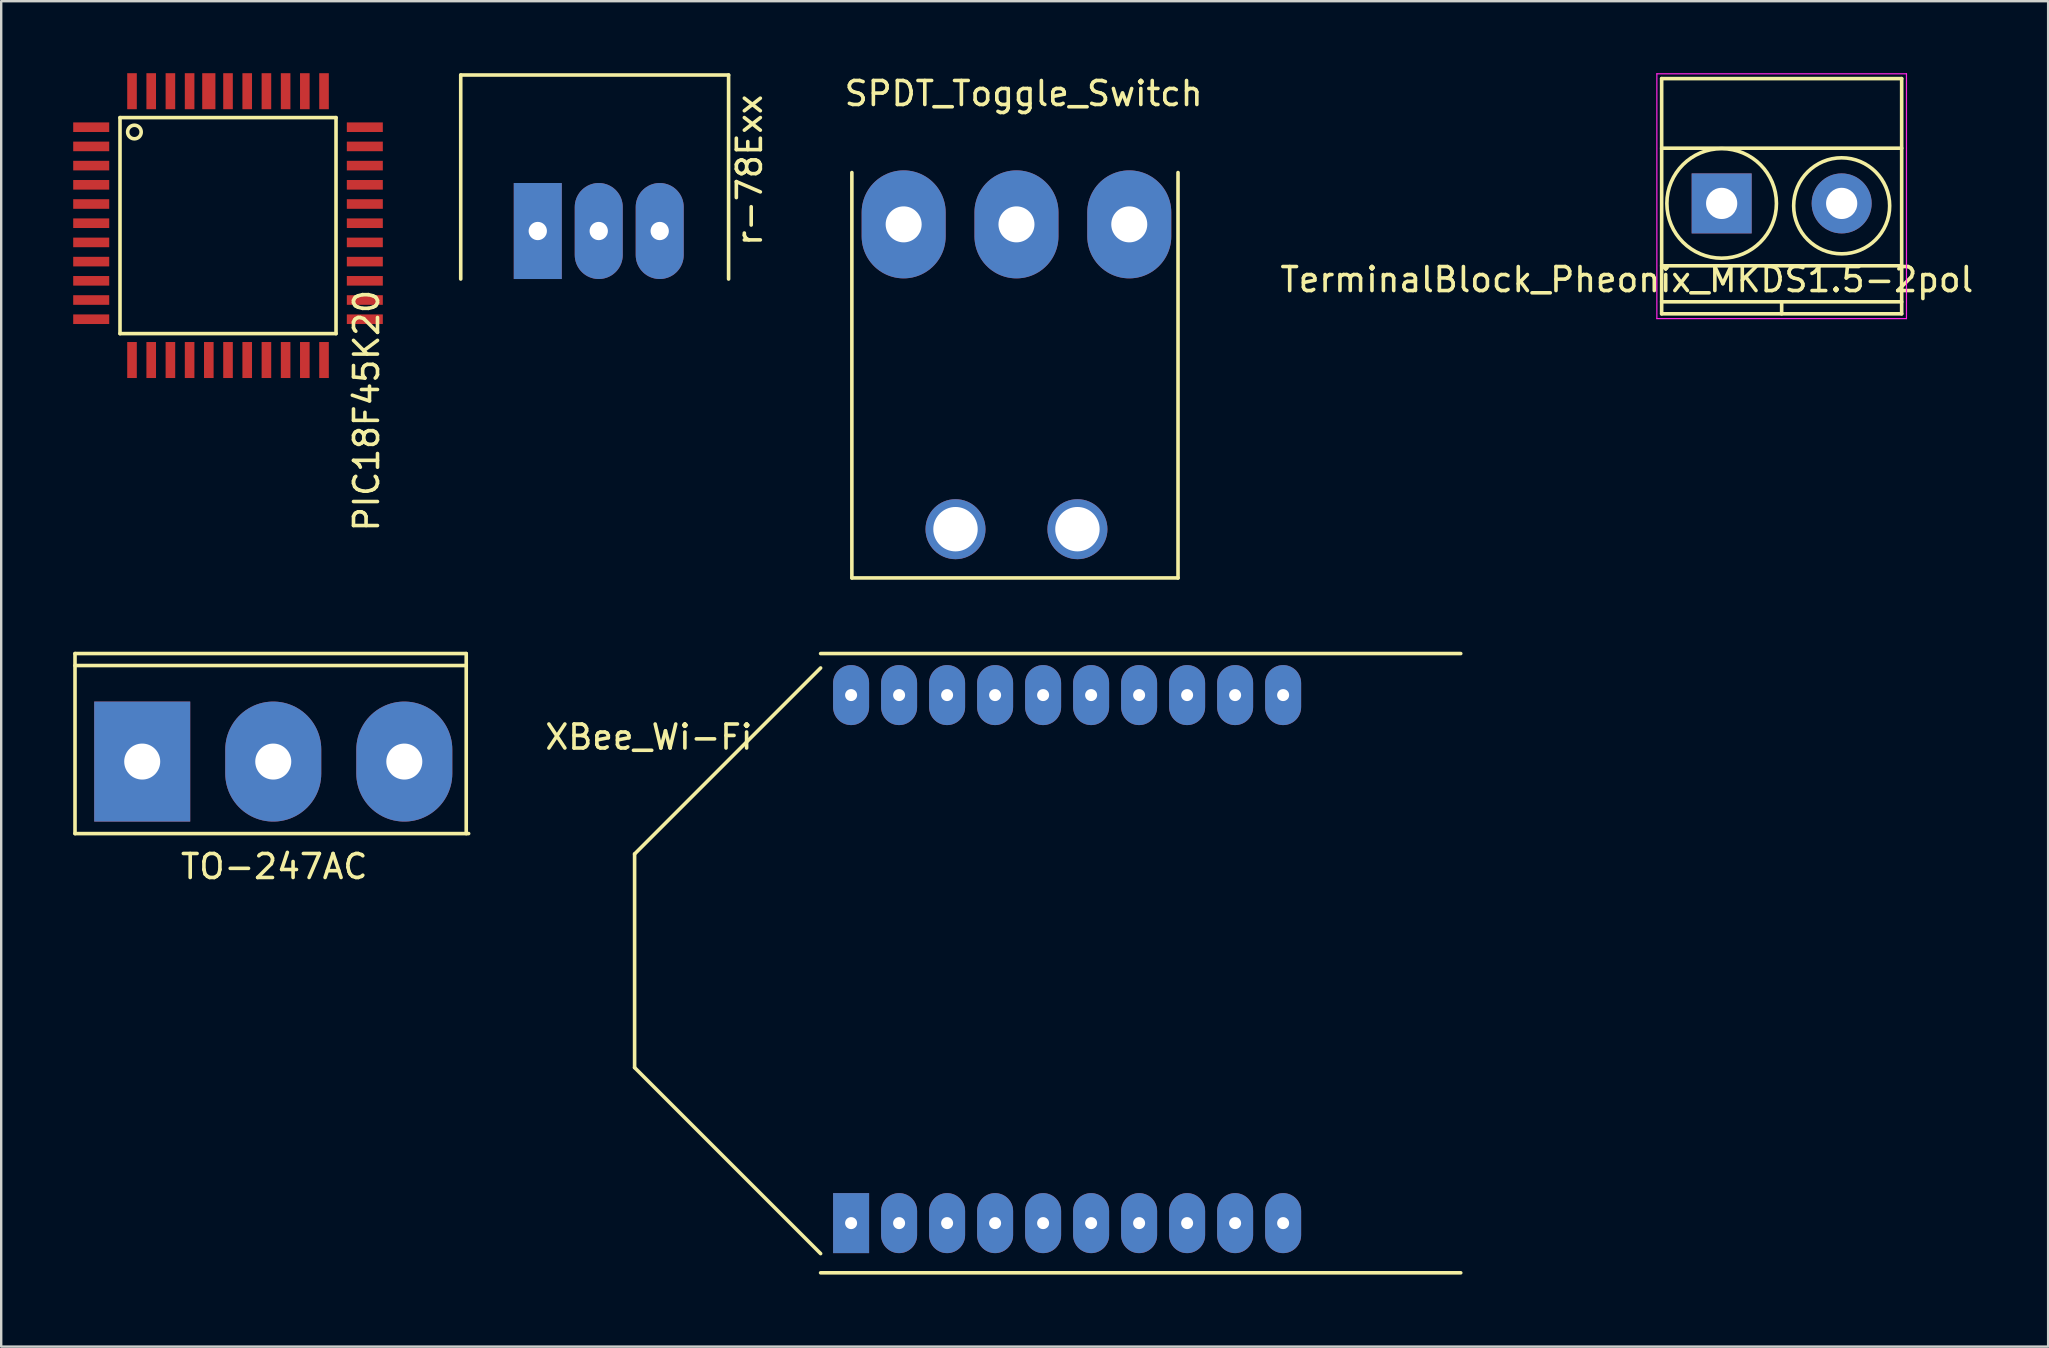
<source format=kicad_pcb>
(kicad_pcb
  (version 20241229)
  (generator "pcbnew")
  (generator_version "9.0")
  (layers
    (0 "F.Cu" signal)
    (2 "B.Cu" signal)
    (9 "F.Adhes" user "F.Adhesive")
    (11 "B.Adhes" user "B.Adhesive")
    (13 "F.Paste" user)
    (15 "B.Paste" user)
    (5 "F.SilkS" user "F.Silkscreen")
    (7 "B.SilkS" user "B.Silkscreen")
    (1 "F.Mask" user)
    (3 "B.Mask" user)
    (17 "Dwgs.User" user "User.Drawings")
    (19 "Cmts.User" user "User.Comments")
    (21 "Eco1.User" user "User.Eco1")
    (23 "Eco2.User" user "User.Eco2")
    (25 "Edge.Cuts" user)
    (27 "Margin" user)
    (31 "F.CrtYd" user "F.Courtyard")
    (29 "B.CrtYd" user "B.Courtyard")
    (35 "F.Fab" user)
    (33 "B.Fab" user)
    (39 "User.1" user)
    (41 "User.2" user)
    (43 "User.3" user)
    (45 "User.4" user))
  (footprint "TerminalBlock_Pheonix_MKDS1.5-2pol"
    (layer "F.Cu")
    (at 68.681 5.425)
    (property "Reference" "TerminalBlock_Pheonix_MKDS1.5-2pol" (at -3.95 3.175 0) (layer "F.SilkS") (effects (font (size 1 1) (thickness 0.15))))
    (attr through_hole)
    (fp_line (start -2.5 -5.2) (end -2.5 4.6) (stroke (width 0.15) (type solid)) (layer "F.SilkS"))
    (fp_line (start -2.5 -2.3) (end 7.5 -2.3) (stroke (width 0.15) (type solid)) (layer "F.SilkS"))
    (fp_line (start -2.5 2.6) (end 7.5 2.6) (stroke (width 0.15) (type solid)) (layer "F.SilkS"))
    (fp_line (start -2.5 4.1) (end 7.5 4.1) (stroke (width 0.15) (type solid)) (layer "F.SilkS"))
    (fp_line (start -2.5 4.6) (end 7.5 4.6) (stroke (width 0.15) (type solid)) (layer "F.SilkS"))
    (fp_line (start 2.5 4.1) (end 2.5 4.6) (stroke (width 0.15) (type solid)) (layer "F.SilkS"))
    (fp_line (start 7.5 -5.2) (end -2.5 -5.2) (stroke (width 0.15) (type solid)) (layer "F.SilkS"))
    (fp_line (start 7.5 4.6) (end 7.5 -5.2) (stroke (width 0.15) (type solid)) (layer "F.SilkS"))
    (fp_circle (center 0 0) (end 2 -1.1) (stroke (width 0.15) (type solid)) (fill no) (layer "F.SilkS"))
    (fp_circle (center 5 0.1) (end 3 0.1) (stroke (width 0.15) (type solid)) (fill no) (layer "F.SilkS"))
    (fp_line (start -2.7 -5.4) (end 7.7 -5.4) (stroke (width 0.05) (type solid)) (layer "F.CrtYd"))
    (fp_line (start -2.7 4.8) (end -2.7 -5.4) (stroke (width 0.05) (type solid)) (layer "F.CrtYd"))
    (fp_line (start 7.7 -5.4) (end 7.7 4.8) (stroke (width 0.05) (type solid)) (layer "F.CrtYd"))
    (fp_line (start 7.7 4.8) (end -2.7 4.8) (stroke (width 0.05) (type solid)) (layer "F.CrtYd"))
    (pad "1" thru_hole rect (at 0 0) (size 2.5 2.5) (drill 1.3) (layers "*.Cu" "*.Mask"))
    (pad "2" thru_hole circle (at 5 0) (size 2.5 2.5) (drill 1.3) (layers "*.Cu" "*.Mask")))
  (footprint "XBee_Wi-Fi"
    (layer "F.Cu")
    (at 32.41 47.91)
    (property "Reference" "XBee_Wi-Fi" (at -8.425 -20.25 0) (layer "F.SilkS") (effects (font (size 1 1) (thickness 0.15))))
    (attr through_hole)
    (fp_line (start -9.02 -6.48) (end -9.02 -15.38) (stroke (width 0.15) (type solid)) (layer "F.SilkS"))
    (fp_line (start -1.27 -23.13) (end -9.02 -15.38) (stroke (width 0.15) (type solid)) (layer "F.SilkS"))
    (fp_line (start -1.27 1.27) (end -9.02 -6.48) (stroke (width 0.15) (type solid)) (layer "F.SilkS"))
    (fp_line (start -1.27 2.07) (end 25.4 2.07) (stroke (width 0.15) (type solid)) (layer "F.SilkS"))
    (fp_line (start 25.4 -23.73) (end -1.27 -23.73) (stroke (width 0.15) (type solid)) (layer "F.SilkS"))
    (pad "1" thru_hole rect (at 0 0) (size 1.5 2.5) (drill 0.5) (layers "*.Cu" "*.Mask"))
    (pad "2" thru_hole oval (at 2 0) (size 1.5 2.5) (drill 0.5) (layers "*.Cu" "*.Mask"))
    (pad "3" thru_hole oval (at 4 0) (size 1.5 2.5) (drill 0.5) (layers "*.Cu" "*.Mask"))
    (pad "4" thru_hole oval (at 6 0) (size 1.5 2.5) (drill 0.5) (layers "*.Cu" "*.Mask"))
    (pad "5" thru_hole oval (at 8 0) (size 1.5 2.5) (drill 0.5) (layers "*.Cu" "*.Mask"))
    (pad "6" thru_hole oval (at 10 0) (size 1.5 2.5) (drill 0.5) (layers "*.Cu" "*.Mask"))
    (pad "7" thru_hole oval (at 12 0) (size 1.5 2.5) (drill 0.5) (layers "*.Cu" "*.Mask"))
    (pad "8" thru_hole oval (at 14 0) (size 1.5 2.5) (drill 0.5) (layers "*.Cu" "*.Mask"))
    (pad "9" thru_hole oval (at 16 0) (size 1.5 2.5) (drill 0.5) (layers "*.Cu" "*.Mask"))
    (pad "10" thru_hole oval (at 18 0) (size 1.5 2.5) (drill 0.5) (layers "*.Cu" "*.Mask"))
    (pad "11" thru_hole oval (at 18 -22) (size 1.5 2.5) (drill 0.5) (layers "*.Cu" "*.Mask"))
    (pad "12" thru_hole oval (at 16 -22) (size 1.5 2.5) (drill 0.5) (layers "*.Cu" "*.Mask"))
    (pad "13" thru_hole oval (at 14 -22) (size 1.5 2.5) (drill 0.5) (layers "*.Cu" "*.Mask"))
    (pad "14" thru_hole oval (at 12 -22) (size 1.5 2.5) (drill 0.5) (layers "*.Cu" "*.Mask"))
    (pad "15" thru_hole oval (at 10 -22) (size 1.5 2.5) (drill 0.5) (layers "*.Cu" "*.Mask"))
    (pad "16" thru_hole oval (at 8 -22) (size 1.5 2.5) (drill 0.5) (layers "*.Cu" "*.Mask"))
    (pad "17" thru_hole oval (at 6 -22) (size 1.5 2.5) (drill 0.5) (layers "*.Cu" "*.Mask"))
    (pad "18" thru_hole oval (at 4 -22) (size 1.5 2.5) (drill 0.5) (layers "*.Cu" "*.Mask"))
    (pad "19" thru_hole oval (at 2 -22) (size 1.5 2.5) (drill 0.5) (layers "*.Cu" "*.Mask"))
    (pad "20" thru_hole oval (at 0 -22) (size 1.5 2.5) (drill 0.5) (layers "*.Cu" "*.Mask")))
  (footprint "r-78Exx"
    (layer "F.Cu")
    (at 19.356 6.575)
    (property "Reference" "r-78Exx" (at 8.818 -2.535 90) (layer "F.SilkS") (effects (font (size 1 1) (thickness 0.15))))
    (attr through_hole)
    (fp_line (start -3.21 -6.5) (end -3.21 2) (stroke (width 0.15) (type solid)) (layer "F.SilkS"))
    (fp_line (start 7.95 -6.5) (end -3.21 -6.5) (stroke (width 0.15) (type solid)) (layer "F.SilkS"))
    (fp_line (start 7.95 2) (end 7.95 -6.5) (stroke (width 0.15) (type solid)) (layer "F.SilkS"))
    (pad "1" thru_hole rect (at 0 0) (size 2 4) (drill 0.762) (layers "*.Cu" "*.Mask"))
    (pad "2" thru_hole oval (at 2.54 0) (size 2 4) (drill 0.762) (layers "*.Cu" "*.Mask"))
    (pad "3" thru_hole oval (at 5.08 0) (size 2 4) (drill 0.762) (layers "*.Cu" "*.Mask")))
  (footprint "TO-247AC"
    (layer "F.Cu")
    (at 2.875 28.68)
    (property "Reference" "TO-247AC" (at 5.5 4.375 0) (layer "F.SilkS") (effects (font (size 1 1) (thickness 0.15))))
    (attr through_hole)
    (fp_line (start -2.8 -4.5) (end 13.5 -4.5) (stroke (width 0.15) (type solid)) (layer "F.SilkS"))
    (fp_line (start -2.8 3) (end -2.8 -4.5) (stroke (width 0.15) (type solid)) (layer "F.SilkS"))
    (fp_line (start 13.5 -4.5) (end 13.5 3) (stroke (width 0.15) (type solid)) (layer "F.SilkS"))
    (fp_line (start 13.5 -4) (end -2.8 -4) (stroke (width 0.15) (type solid)) (layer "F.SilkS"))
    (fp_line (start 13.6 3) (end -2.8 3) (stroke (width 0.15) (type solid)) (layer "F.SilkS"))
    (pad "1" thru_hole rect (at 0 0) (size 4 5) (drill 1.5) (layers "*.Cu" "*.Mask"))
    (pad "2" thru_hole oval (at 5.46 0) (size 4 5) (drill 1.5) (layers "*.Cu" "*.Mask"))
    (pad "3" thru_hole oval (at 10.92 0) (size 4 5) (drill 1.5) (layers "*.Cu" "*.Mask")))
  (footprint "SPDT_Toggle_Switch"
    (layer "F.Cu")
    (at 34.6 6.298)
    (property "Reference" "SPDT_Toggle_Switch" (at 5 -5.45 180) (layer "F.SilkS") (effects (font (size 1 1) (thickness 0.15))))
    (attr through_hole)
    (fp_line (start -2.158 14.732) (end -2.158 -2.159) (stroke (width 0.15) (type solid)) (layer "F.SilkS"))
    (fp_line (start 11.431 -2.159) (end 11.431 14.732) (stroke (width 0.15) (type solid)) (layer "F.SilkS"))
    (fp_line (start 11.431 14.732) (end -2.158 14.732) (stroke (width 0.15) (type solid)) (layer "F.SilkS"))
    (pad "1" thru_hole oval (at 0 0) (size 3.5 4.5) (drill 1.5) (layers "*.Cu" "*.Mask"))
    (pad "2" thru_hole oval (at 4.7 0) (size 3.5 4.5) (drill 1.5) (layers "*.Cu" "*.Mask"))
    (pad "3" thru_hole oval (at 9.4 0) (size 3.5 4.5) (drill 1.5) (layers "*.Cu" "*.Mask"))
    (pad "4" thru_hole circle (at 2.16 12.7) (size 2.5 2.5) (drill 1.85) (layers "*.Cu" "*.Mask"))
    (pad "5" thru_hole circle (at 7.24 12.7) (size 2.5 2.5) (drill 1.85) (layers "*.Cu" "*.Mask")))
  (footprint "PIC18F45K20"
    (layer "F.Cu")
    (at 0.75 10.25)
    (property "Reference" "PIC18F45K20" (at 11.473 3.809 90) (layer "F.SilkS") (effects (font (size 1 1) (thickness 0.15))))
    (attr through_hole)
    (fp_line (start 1.2 -8.4) (end 10.2 -8.4) (stroke (width 0.15) (type solid)) (layer "F.SilkS"))
    (fp_line (start 1.2 0.6) (end 1.2 -8.4) (stroke (width 0.15) (type solid)) (layer "F.SilkS"))
    (fp_line (start 10.2 -8.4) (end 10.2 0.6) (stroke (width 0.15) (type solid)) (layer "F.SilkS"))
    (fp_line (start 10.2 0.6) (end 1.2 0.6) (stroke (width 0.15) (type solid)) (layer "F.SilkS"))
    (fp_circle (center 1.8 -7.8) (end 2 -7.6) (stroke (width 0.15) (type solid)) (fill no) (layer "F.SilkS"))
    (pad "1" smd rect (at 0 -8) (size 1.5 0.4) (layers "F.Cu" "F.Mask" "F.Paste"))
    (pad "2" smd rect (at 0 -7.2) (size 1.5 0.4) (layers "F.Cu" "F.Mask" "F.Paste"))
    (pad "3" smd rect (at 0 -6.4) (size 1.5 0.4) (layers "F.Cu" "F.Mask" "F.Paste"))
    (pad "4" smd rect (at 0 -5.6) (size 1.5 0.4) (layers "F.Cu" "F.Mask" "F.Paste"))
    (pad "5" smd rect (at 0 -4.8) (size 1.5 0.4) (layers "F.Cu" "F.Mask" "F.Paste"))
    (pad "6" smd rect (at 0 -4) (size 1.5 0.4) (layers "F.Cu" "F.Mask" "F.Paste"))
    (pad "7" smd rect (at 0 -3.2) (size 1.5 0.4) (layers "F.Cu" "F.Mask" "F.Paste"))
    (pad "8" smd rect (at 0 -2.4) (size 1.5 0.4) (layers "F.Cu" "F.Mask" "F.Paste"))
    (pad "9" smd rect (at 0 -1.6) (size 1.5 0.4) (layers "F.Cu" "F.Mask" "F.Paste"))
    (pad "10" smd rect (at 0 -0.8) (size 1.5 0.4) (layers "F.Cu" "F.Mask" "F.Paste"))
    (pad "11" smd rect (at 0 0) (size 1.5 0.4) (layers "F.Cu" "F.Mask" "F.Paste"))
    (pad "12" smd rect (at 1.7 1.7) (size 0.4 1.5) (layers "F.Cu" "F.Mask" "F.Paste"))
    (pad "13" smd rect (at 2.5 1.7) (size 0.4 1.5) (layers "F.Cu" "F.Mask" "F.Paste"))
    (pad "14" smd rect (at 3.3 1.7) (size 0.4 1.5) (layers "F.Cu" "F.Mask" "F.Paste"))
    (pad "15" smd rect (at 4.1 1.7) (size 0.4 1.5) (layers "F.Cu" "F.Mask" "F.Paste"))
    (pad "16" smd rect (at 4.9 1.7) (size 0.4 1.5) (layers "F.Cu" "F.Mask" "F.Paste"))
    (pad "17" smd rect (at 5.7 1.7) (size 0.4 1.5) (layers "F.Cu" "F.Mask" "F.Paste"))
    (pad "18" smd rect (at 6.5 1.7) (size 0.4 1.5) (layers "F.Cu" "F.Mask" "F.Paste"))
    (pad "19" smd rect (at 7.3 1.7) (size 0.4 1.5) (layers "F.Cu" "F.Mask" "F.Paste"))
    (pad "20" smd rect (at 8.1 1.7) (size 0.4 1.5) (layers "F.Cu" "F.Mask" "F.Paste"))
    (pad "21" smd rect (at 8.9 1.7) (size 0.4 1.5) (layers "F.Cu" "F.Mask" "F.Paste"))
    (pad "22" smd rect (at 9.7 1.7) (size 0.4 1.5) (layers "F.Cu" "F.Mask" "F.Paste"))
    (pad "23" smd rect (at 11.4 0) (size 1.5 0.4) (layers "F.Cu" "F.Mask" "F.Paste"))
    (pad "24" smd rect (at 11.4 -0.8) (size 1.5 0.4) (layers "F.Cu" "F.Mask" "F.Paste"))
    (pad "25" smd rect (at 11.4 -1.6) (size 1.5 0.4) (layers "F.Cu" "F.Mask" "F.Paste"))
    (pad "26" smd rect (at 11.4 -2.4) (size 1.5 0.4) (layers "F.Cu" "F.Mask" "F.Paste"))
    (pad "27" smd rect (at 11.4 -3.2) (size 1.5 0.4) (layers "F.Cu" "F.Mask" "F.Paste"))
    (pad "28" smd rect (at 11.4 -4) (size 1.5 0.4) (layers "F.Cu" "F.Mask" "F.Paste"))
    (pad "29" smd rect (at 11.4 -4.8) (size 1.5 0.4) (layers "F.Cu" "F.Mask" "F.Paste"))
    (pad "30" smd rect (at 11.4 -5.6) (size 1.5 0.4) (layers "F.Cu" "F.Mask" "F.Paste"))
    (pad "31" smd rect (at 11.4 -6.4) (size 1.5 0.4) (layers "F.Cu" "F.Mask" "F.Paste"))
    (pad "32" smd rect (at 11.4 -7.2) (size 1.5 0.4) (layers "F.Cu" "F.Mask" "F.Paste"))
    (pad "33" smd rect (at 11.4 -8) (size 1.5 0.4) (layers "F.Cu" "F.Mask" "F.Paste"))
    (pad "34" smd rect (at 9.7 -9.5) (size 0.4 1.5) (layers "F.Cu" "F.Mask" "F.Paste"))
    (pad "35" smd rect (at 8.9 -9.5) (size 0.4 1.5) (layers "F.Cu" "F.Mask" "F.Paste"))
    (pad "36" smd rect (at 8.1 -9.5) (size 0.4 1.5) (layers "F.Cu" "F.Mask" "F.Paste"))
    (pad "37" smd rect (at 7.3 -9.5) (size 0.4 1.5) (layers "F.Cu" "F.Mask" "F.Paste"))
    (pad "38" smd rect (at 6.5 -9.5) (size 0.4 1.5) (layers "F.Cu" "F.Mask" "F.Paste"))
    (pad "39" smd rect (at 5.7 -9.5) (size 0.4 1.5) (layers "F.Cu" "F.Mask" "F.Paste"))
    (pad "40" smd rect (at 4.9 -9.5) (size 0.55 1.5) (layers "F.Cu" "F.Mask" "F.Paste"))
    (pad "41" smd rect (at 4.1 -9.5) (size 0.4 1.5) (layers "F.Cu" "F.Mask" "F.Paste"))
    (pad "42" smd rect (at 3.3 -9.5) (size 0.4 1.5) (layers "F.Cu" "F.Mask" "F.Paste"))
    (pad "43" smd rect (at 2.5 -9.5) (size 0.4 1.5) (layers "F.Cu" "F.Mask" "F.Paste"))
    (pad "44" smd rect (at 1.7 -9.5) (size 0.4 1.5) (layers "F.Cu" "F.Mask" "F.Paste")))
  (gr_rect
    (start -3 -3)
    (end 82.284 53.055)
    (stroke (width 0.1) (type default))
    (fill no)
    (layer "Edge.Cuts")))
</source>
